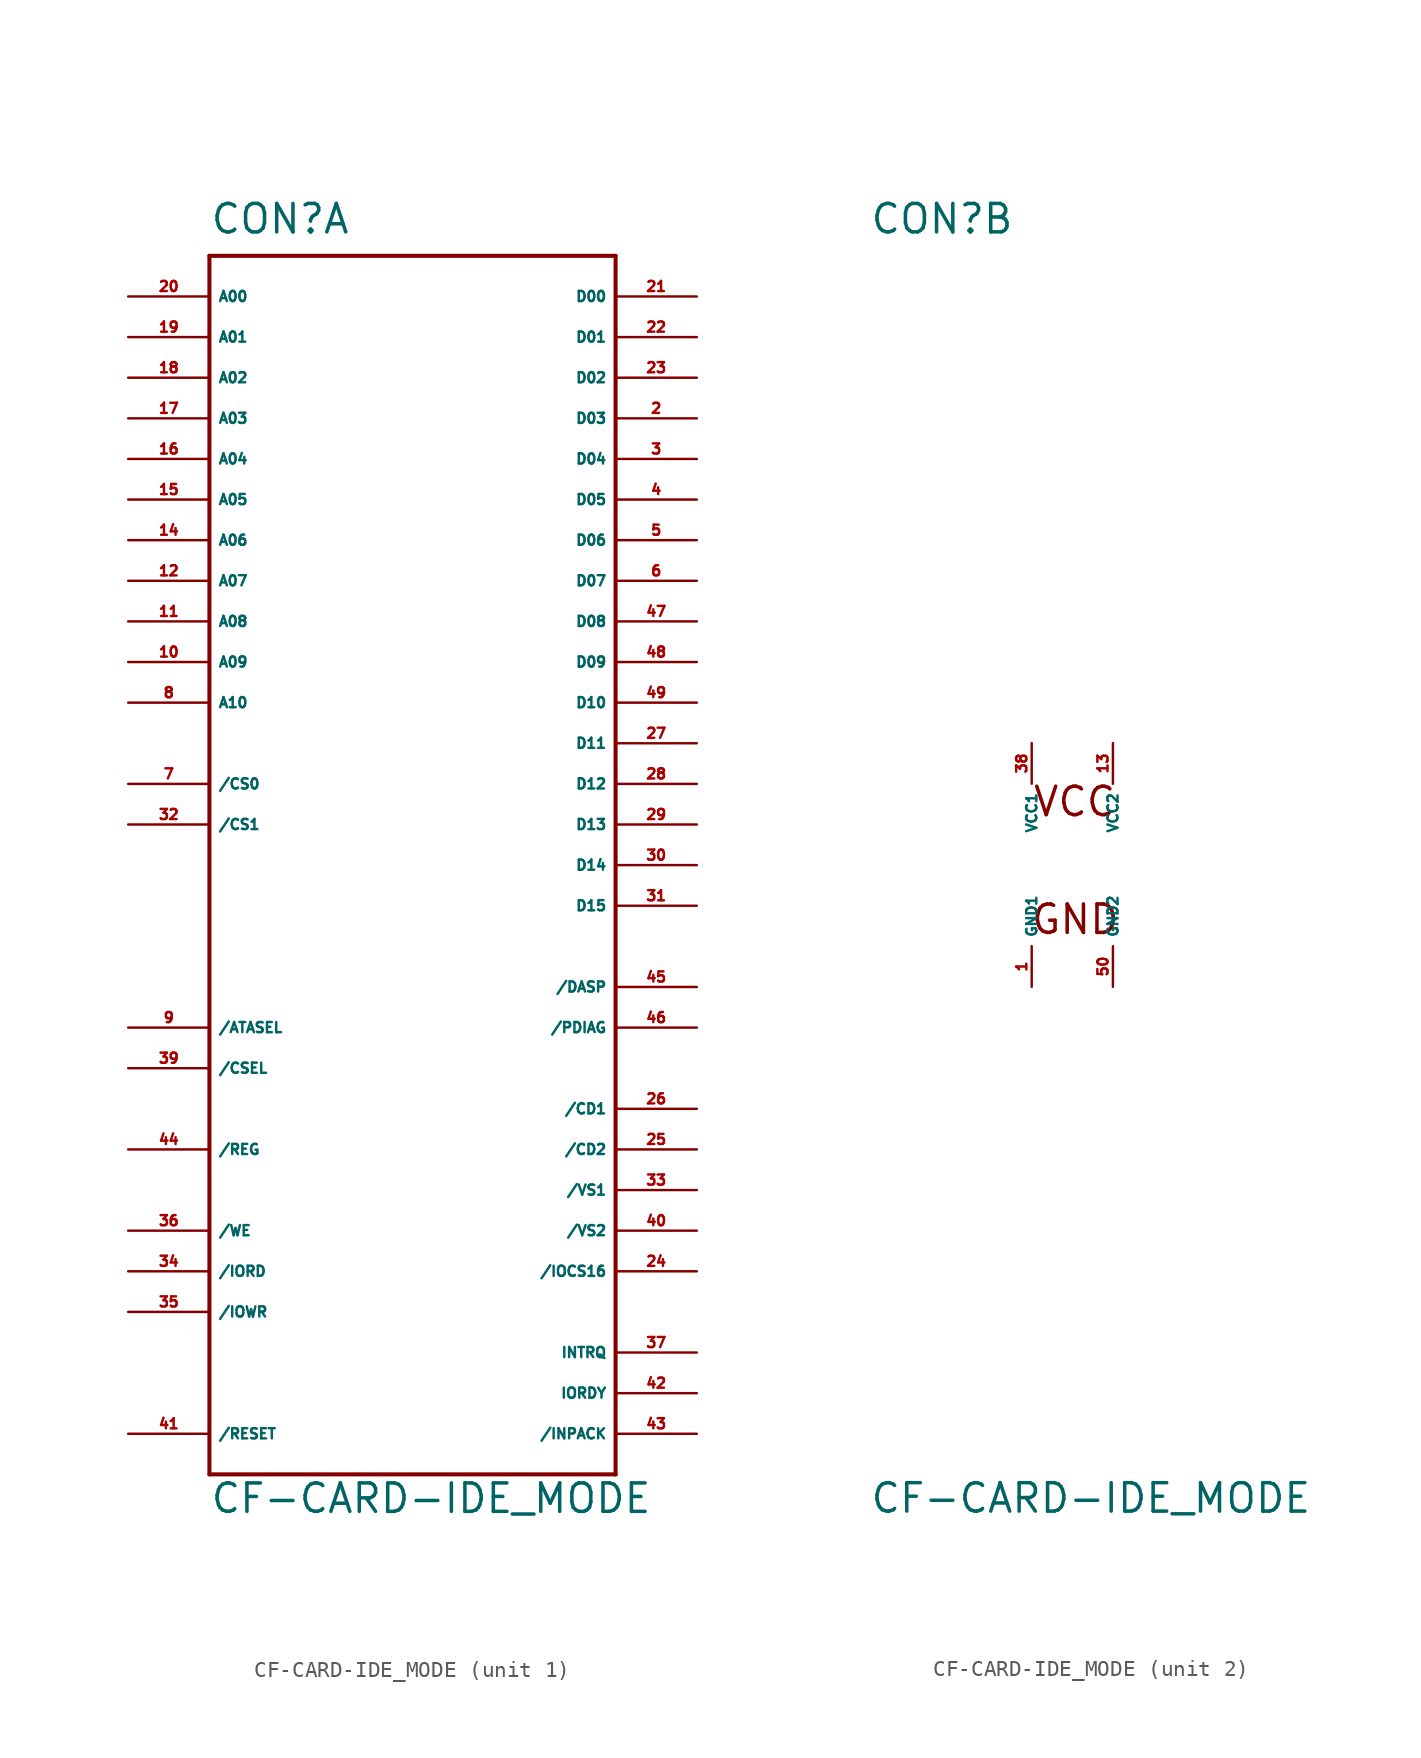
<source format=kicad_sym>
(kicad_symbol_lib
  (version 20220914)
  (generator Eagle2Kicad)
  (symbol "CF-CARD-IDE_MODE"
    (property "Reference" "CON"
      (at -12.7 39.37 0)
      (effects (font (size 1.778 1.778) (thickness 0.22)) (justify left bottom)))
    (property "Value" "CF-CARD-IDE_MODE"
      (at -12.7 -40.64 0)
      (effects (font (size 1.778 1.778) (thickness 0.22)) (justify left bottom)))
    (symbol "CF-CARD-IDE_MODE_1_0"
      (polyline (pts (xy -12.7 38.1) (xy -12.7 -38.1)) (stroke (width 0.254) (type default)) (fill (type none)))
      (polyline (pts (xy -12.7 -38.1) (xy 12.7 -38.1)) (stroke (width 0.254) (type default)) (fill (type none)))
      (polyline (pts (xy 12.7 -38.1) (xy 12.7 38.1)) (stroke (width 0.254) (type default)) (fill (type none)))
      (polyline (pts (xy 12.7 38.1) (xy -12.7 38.1)) (stroke (width 0.254) (type default)) (fill (type none)))
      (pin input line (at -17.78 35.56 0) (length 5.08) (name "A00" (effects (font (size 0.635 0.635) (thickness 0.08)) (justify left bottom))) (number "20" (effects (font (size 0.635 0.635) (thickness 0.08)) (justify left bottom))))
      (pin input line (at -17.78 33.02 0) (length 5.08) (name "A01" (effects (font (size 0.635 0.635) (thickness 0.08)) (justify left bottom))) (number "19" (effects (font (size 0.635 0.635) (thickness 0.08)) (justify left bottom))))
      (pin input line (at -17.78 30.48 0) (length 5.08) (name "A02" (effects (font (size 0.635 0.635) (thickness 0.08)) (justify left bottom))) (number "18" (effects (font (size 0.635 0.635) (thickness 0.08)) (justify left bottom))))
      (pin input line (at -17.78 27.94 0) (length 5.08) (name "A03" (effects (font (size 0.635 0.635) (thickness 0.08)) (justify left bottom))) (number "17" (effects (font (size 0.635 0.635) (thickness 0.08)) (justify left bottom))))
      (pin input line (at -17.78 25.4 0) (length 5.08) (name "A04" (effects (font (size 0.635 0.635) (thickness 0.08)) (justify left bottom))) (number "16" (effects (font (size 0.635 0.635) (thickness 0.08)) (justify left bottom))))
      (pin input line (at -17.78 22.86 0) (length 5.08) (name "A05" (effects (font (size 0.635 0.635) (thickness 0.08)) (justify left bottom))) (number "15" (effects (font (size 0.635 0.635) (thickness 0.08)) (justify left bottom))))
      (pin input line (at -17.78 20.32 0) (length 5.08) (name "A06" (effects (font (size 0.635 0.635) (thickness 0.08)) (justify left bottom))) (number "14" (effects (font (size 0.635 0.635) (thickness 0.08)) (justify left bottom))))
      (pin input line (at -17.78 17.78 0) (length 5.08) (name "A07" (effects (font (size 0.635 0.635) (thickness 0.08)) (justify left bottom))) (number "12" (effects (font (size 0.635 0.635) (thickness 0.08)) (justify left bottom))))
      (pin input line (at -17.78 15.24 0) (length 5.08) (name "A08" (effects (font (size 0.635 0.635) (thickness 0.08)) (justify left bottom))) (number "11" (effects (font (size 0.635 0.635) (thickness 0.08)) (justify left bottom))))
      (pin input line (at -17.78 12.7 0) (length 5.08) (name "A09" (effects (font (size 0.635 0.635) (thickness 0.08)) (justify left bottom))) (number "10" (effects (font (size 0.635 0.635) (thickness 0.08)) (justify left bottom))))
      (pin input line (at -17.78 10.16 0) (length 5.08) (name "A10" (effects (font (size 0.635 0.635) (thickness 0.08)) (justify left bottom))) (number "8" (effects (font (size 0.635 0.635) (thickness 0.08)) (justify left bottom))))
      (pin input line (at -17.78 5.08 0) (length 5.08) (name "/CS0" (effects (font (size 0.635 0.635) (thickness 0.08)) (justify left bottom))) (number "7" (effects (font (size 0.635 0.635) (thickness 0.08)) (justify left bottom))))
      (pin input line (at -17.78 2.54 0) (length 5.08) (name "/CS1" (effects (font (size 0.635 0.635) (thickness 0.08)) (justify left bottom))) (number "32" (effects (font (size 0.635 0.635) (thickness 0.08)) (justify left bottom))))
      (pin input line (at -17.78 -10.16 0) (length 5.08) (name "/ATASEL" (effects (font (size 0.635 0.635) (thickness 0.08)) (justify left bottom))) (number "9" (effects (font (size 0.635 0.635) (thickness 0.08)) (justify left bottom))))
      (pin input line (at -17.78 -12.7 0) (length 5.08) (name "/CSEL" (effects (font (size 0.635 0.635) (thickness 0.08)) (justify left bottom))) (number "39" (effects (font (size 0.635 0.635) (thickness 0.08)) (justify left bottom))))
      (pin input line (at -17.78 -25.4 0) (length 5.08) (name "/IORD" (effects (font (size 0.635 0.635) (thickness 0.08)) (justify left bottom))) (number "34" (effects (font (size 0.635 0.635) (thickness 0.08)) (justify left bottom))))
      (pin input line (at -17.78 -27.94 0) (length 5.08) (name "/IOWR" (effects (font (size 0.635 0.635) (thickness 0.08)) (justify left bottom))) (number "35" (effects (font (size 0.635 0.635) (thickness 0.08)) (justify left bottom))))
      (pin input line (at -17.78 -22.86 0) (length 5.08) (name "/WE" (effects (font (size 0.635 0.635) (thickness 0.08)) (justify left bottom))) (number "36" (effects (font (size 0.635 0.635) (thickness 0.08)) (justify left bottom))))
      (pin input line (at -17.78 -17.78 0) (length 5.08) (name "/REG" (effects (font (size 0.635 0.635) (thickness 0.08)) (justify left bottom))) (number "44" (effects (font (size 0.635 0.635) (thickness 0.08)) (justify left bottom))))
      (pin input line (at -17.78 -35.56 0) (length 5.08) (name "/RESET" (effects (font (size 0.635 0.635) (thickness 0.08)) (justify left bottom))) (number "41" (effects (font (size 0.635 0.635) (thickness 0.08)) (justify left bottom))))
      (pin bidirectional line (at 17.78 35.56 180) (length 5.08) (name "D00" (effects (font (size 0.635 0.635) (thickness 0.08)) (justify left bottom))) (number "21" (effects (font (size 0.635 0.635) (thickness 0.08)) (justify left bottom))))
      (pin bidirectional line (at 17.78 33.02 180) (length 5.08) (name "D01" (effects (font (size 0.635 0.635) (thickness 0.08)) (justify left bottom))) (number "22" (effects (font (size 0.635 0.635) (thickness 0.08)) (justify left bottom))))
      (pin bidirectional line (at 17.78 30.48 180) (length 5.08) (name "D02" (effects (font (size 0.635 0.635) (thickness 0.08)) (justify left bottom))) (number "23" (effects (font (size 0.635 0.635) (thickness 0.08)) (justify left bottom))))
      (pin bidirectional line (at 17.78 27.94 180) (length 5.08) (name "D03" (effects (font (size 0.635 0.635) (thickness 0.08)) (justify left bottom))) (number "2" (effects (font (size 0.635 0.635) (thickness 0.08)) (justify left bottom))))
      (pin bidirectional line (at 17.78 25.4 180) (length 5.08) (name "D04" (effects (font (size 0.635 0.635) (thickness 0.08)) (justify left bottom))) (number "3" (effects (font (size 0.635 0.635) (thickness 0.08)) (justify left bottom))))
      (pin bidirectional line (at 17.78 22.86 180) (length 5.08) (name "D05" (effects (font (size 0.635 0.635) (thickness 0.08)) (justify left bottom))) (number "4" (effects (font (size 0.635 0.635) (thickness 0.08)) (justify left bottom))))
      (pin bidirectional line (at 17.78 20.32 180) (length 5.08) (name "D06" (effects (font (size 0.635 0.635) (thickness 0.08)) (justify left bottom))) (number "5" (effects (font (size 0.635 0.635) (thickness 0.08)) (justify left bottom))))
      (pin bidirectional line (at 17.78 17.78 180) (length 5.08) (name "D07" (effects (font (size 0.635 0.635) (thickness 0.08)) (justify left bottom))) (number "6" (effects (font (size 0.635 0.635) (thickness 0.08)) (justify left bottom))))
      (pin bidirectional line (at 17.78 15.24 180) (length 5.08) (name "D08" (effects (font (size 0.635 0.635) (thickness 0.08)) (justify left bottom))) (number "47" (effects (font (size 0.635 0.635) (thickness 0.08)) (justify left bottom))))
      (pin bidirectional line (at 17.78 12.7 180) (length 5.08) (name "D09" (effects (font (size 0.635 0.635) (thickness 0.08)) (justify left bottom))) (number "48" (effects (font (size 0.635 0.635) (thickness 0.08)) (justify left bottom))))
      (pin bidirectional line (at 17.78 10.16 180) (length 5.08) (name "D10" (effects (font (size 0.635 0.635) (thickness 0.08)) (justify left bottom))) (number "49" (effects (font (size 0.635 0.635) (thickness 0.08)) (justify left bottom))))
      (pin bidirectional line (at 17.78 7.62 180) (length 5.08) (name "D11" (effects (font (size 0.635 0.635) (thickness 0.08)) (justify left bottom))) (number "27" (effects (font (size 0.635 0.635) (thickness 0.08)) (justify left bottom))))
      (pin bidirectional line (at 17.78 5.08 180) (length 5.08) (name "D12" (effects (font (size 0.635 0.635) (thickness 0.08)) (justify left bottom))) (number "28" (effects (font (size 0.635 0.635) (thickness 0.08)) (justify left bottom))))
      (pin bidirectional line (at 17.78 2.54 180) (length 5.08) (name "D13" (effects (font (size 0.635 0.635) (thickness 0.08)) (justify left bottom))) (number "29" (effects (font (size 0.635 0.635) (thickness 0.08)) (justify left bottom))))
      (pin bidirectional line (at 17.78 0 180) (length 5.08) (name "D14" (effects (font (size 0.635 0.635) (thickness 0.08)) (justify left bottom))) (number "30" (effects (font (size 0.635 0.635) (thickness 0.08)) (justify left bottom))))
      (pin bidirectional line (at 17.78 -2.54 180) (length 5.08) (name "D15" (effects (font (size 0.635 0.635) (thickness 0.08)) (justify left bottom))) (number "31" (effects (font (size 0.635 0.635) (thickness 0.08)) (justify left bottom))))
      (pin bidirectional line (at 17.78 -7.62 180) (length 5.08) (name "/DASP" (effects (font (size 0.635 0.635) (thickness 0.08)) (justify left bottom))) (number "45" (effects (font (size 0.635 0.635) (thickness 0.08)) (justify left bottom))))
      (pin bidirectional line (at 17.78 -10.16 180) (length 5.08) (name "/PDIAG" (effects (font (size 0.635 0.635) (thickness 0.08)) (justify left bottom))) (number "46" (effects (font (size 0.635 0.635) (thickness 0.08)) (justify left bottom))))
      (pin output line (at 17.78 -15.24 180) (length 5.08) (name "/CD1" (effects (font (size 0.635 0.635) (thickness 0.08)) (justify left bottom))) (number "26" (effects (font (size 0.635 0.635) (thickness 0.08)) (justify left bottom))))
      (pin output line (at 17.78 -17.78 180) (length 5.08) (name "/CD2" (effects (font (size 0.635 0.635) (thickness 0.08)) (justify left bottom))) (number "25" (effects (font (size 0.635 0.635) (thickness 0.08)) (justify left bottom))))
      (pin output line (at 17.78 -20.32 180) (length 5.08) (name "/VS1" (effects (font (size 0.635 0.635) (thickness 0.08)) (justify left bottom))) (number "33" (effects (font (size 0.635 0.635) (thickness 0.08)) (justify left bottom))))
      (pin output line (at 17.78 -22.86 180) (length 5.08) (name "/VS2" (effects (font (size 0.635 0.635) (thickness 0.08)) (justify left bottom))) (number "40" (effects (font (size 0.635 0.635) (thickness 0.08)) (justify left bottom))))
      (pin output line (at 17.78 -25.4 180) (length 5.08) (name "/IOCS16" (effects (font (size 0.635 0.635) (thickness 0.08)) (justify left bottom))) (number "24" (effects (font (size 0.635 0.635) (thickness 0.08)) (justify left bottom))))
      (pin output line (at 17.78 -30.48 180) (length 5.08) (name "INTRQ" (effects (font (size 0.635 0.635) (thickness 0.08)) (justify left bottom))) (number "37" (effects (font (size 0.635 0.635) (thickness 0.08)) (justify left bottom))))
      (pin output line (at 17.78 -33.02 180) (length 5.08) (name "IORDY" (effects (font (size 0.635 0.635) (thickness 0.08)) (justify left bottom))) (number "42" (effects (font (size 0.635 0.635) (thickness 0.08)) (justify left bottom))))
      (pin output line (at 17.78 -35.56 180) (length 5.08) (name "/INPACK" (effects (font (size 0.635 0.635) (thickness 0.08)) (justify left bottom))) (number "43" (effects (font (size 0.635 0.635) (thickness 0.08)) (justify left bottom)))))
    (symbol "CF-CARD-IDE_MODE_2_0"
      (text "VCC" (at -2.54 2.921 0) (effects (font (size 1.778 1.778) (thickness 0.22)) (justify left bottom)))
      (text "GND" (at -2.667 -4.445 0) (effects (font (size 1.778 1.778) (thickness 0.22)) (justify left bottom)))
      (pin unspecified line (at -2.54 -7.62 90) (length 2.54) (name "GND1" (effects (font (size 0.635 0.635) (thickness 0.08)) (justify left bottom))) (number "1" (effects (font (size 0.635 0.635) (thickness 0.08)) (justify left bottom))))
      (pin unspecified line (at -2.54 7.62 270) (length 2.54) (name "VCC1" (effects (font (size 0.635 0.635) (thickness 0.08)) (justify left bottom))) (number "38" (effects (font (size 0.635 0.635) (thickness 0.08)) (justify left bottom))))
      (pin unspecified line (at 2.54 7.62 270) (length 2.54) (name "VCC2" (effects (font (size 0.635 0.635) (thickness 0.08)) (justify left bottom))) (number "13" (effects (font (size 0.635 0.635) (thickness 0.08)) (justify left bottom))))
      (pin unspecified line (at 2.54 -7.62 90) (length 2.54) (name "GND2" (effects (font (size 0.635 0.635) (thickness 0.08)) (justify left bottom))) (number "50" (effects (font (size 0.635 0.635) (thickness 0.08)) (justify left bottom)))))))
</source>
